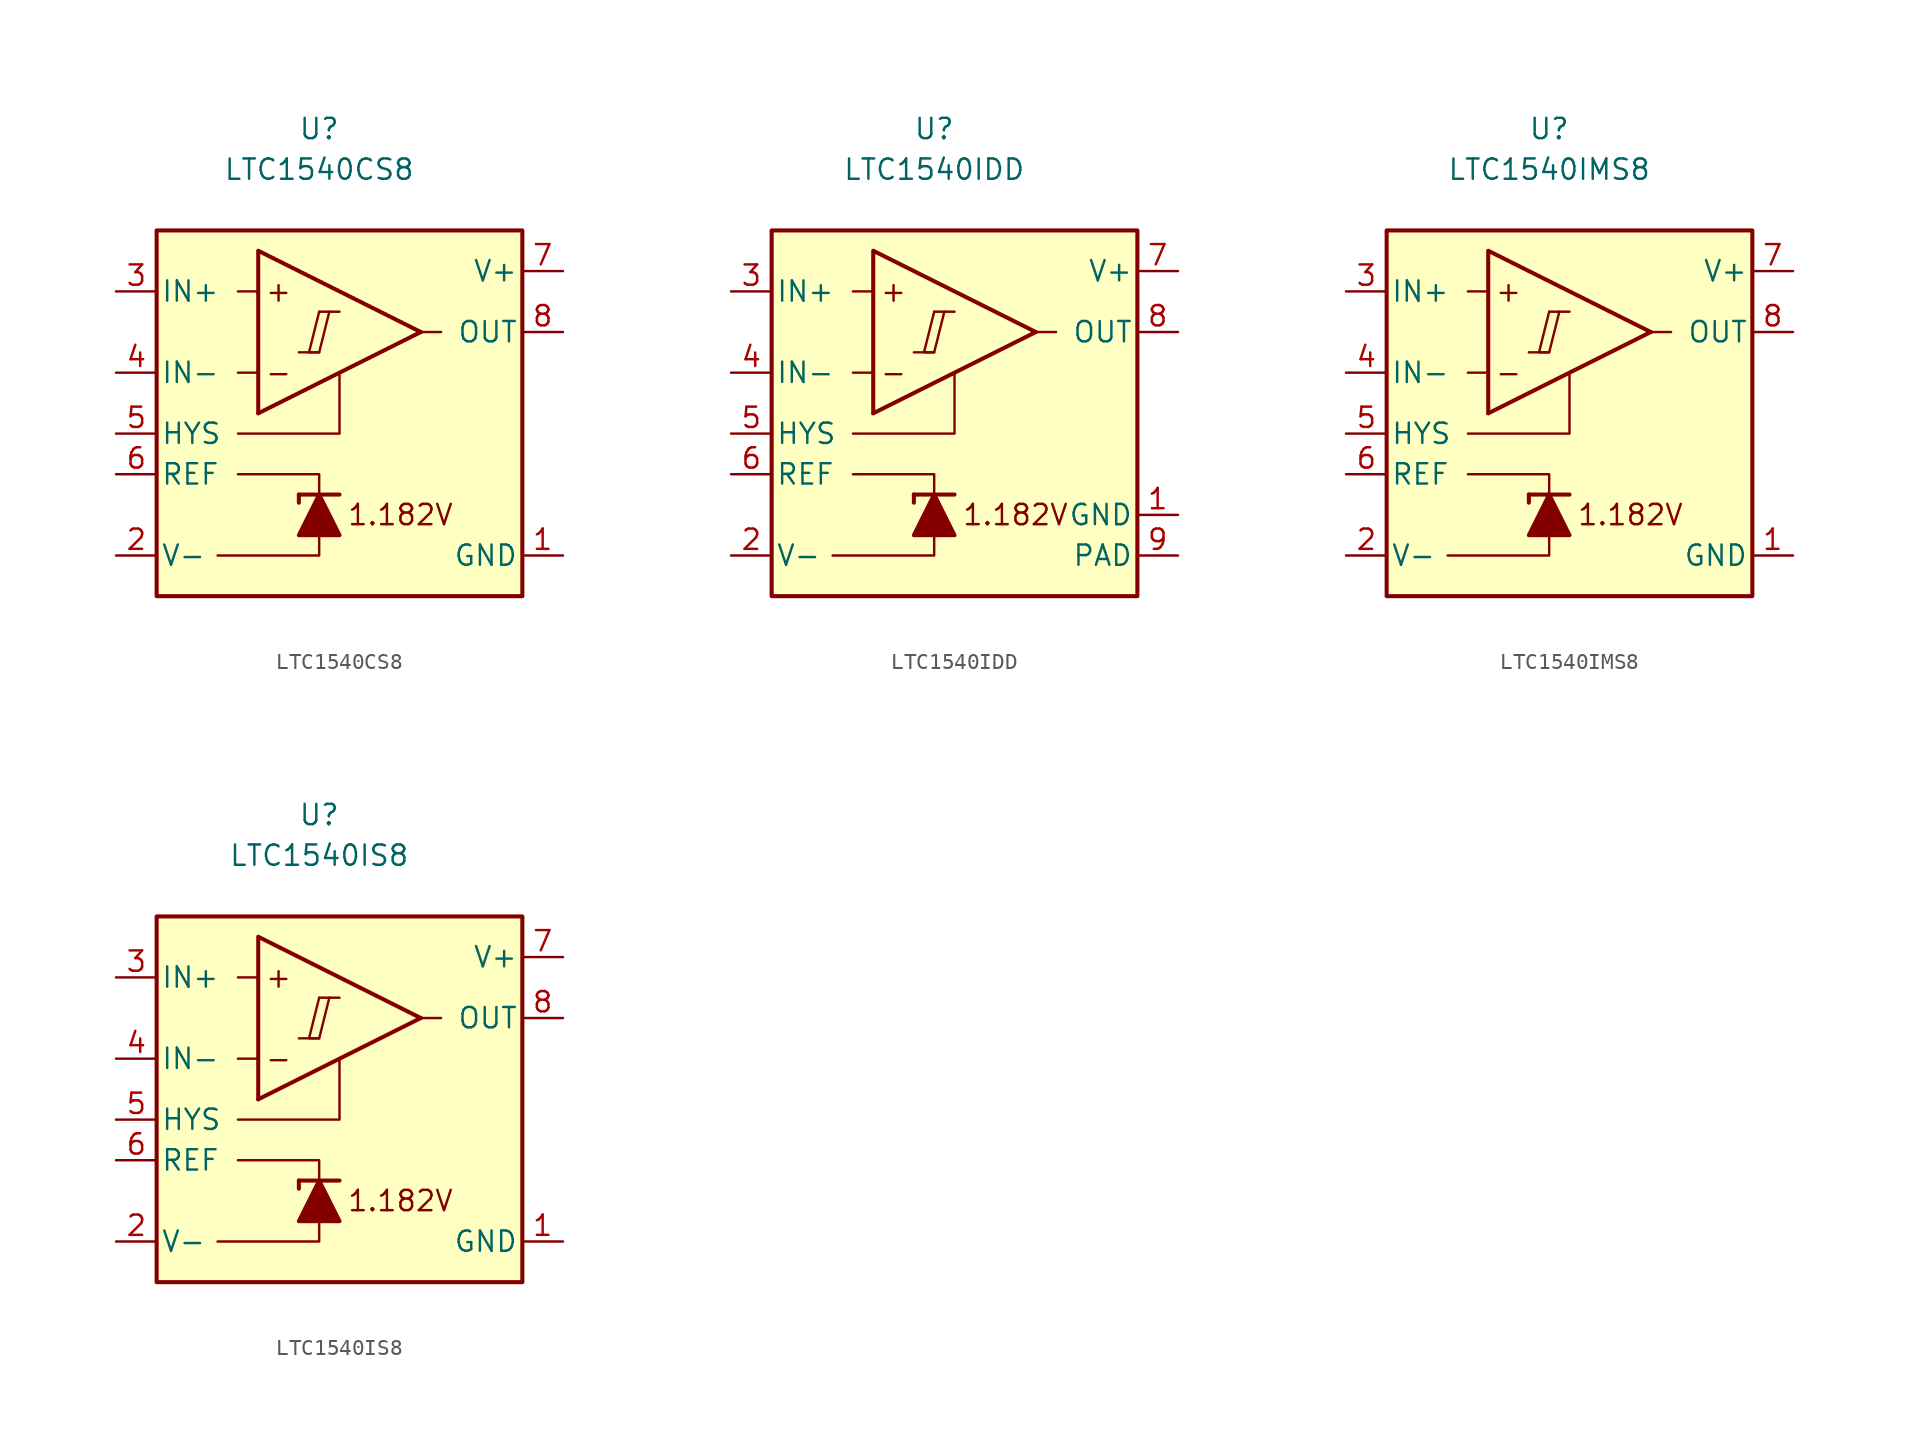
<source format=kicad_sym>
(kicad_symbol_lib
  (version 20231120)
  (generator "kicad_symbol_editor")
  (generator_version "8.0")
  (symbol "LTC1540CS8"
    (pin_names
      (offset 0.254))
    (property "Reference" "U"
      (at 0 16.51 0)
      (effects (font (size 1.27 1.27))))
    (property "Value" "LTC1540CS8"
      (at 0 13.97 0)
      (effects (font (size 1.27 1.27))))
    (symbol "LTC1540CS8_0_0"
      (polyline (pts (xy -1.27 2.54) (xy 0 2.54)) (stroke (width 0.152) (type default)) (fill (type none)))
      (polyline (pts (xy 0 5.08) (xy 1.27 5.08)) (stroke (width 0.152) (type default)) (fill (type none)))
      (polyline (pts (xy 6.35 3.81) (xy -3.81 -1.27)) (stroke (width 0.254) (type default)) (fill (type none)))
      (polyline (pts (xy 6.35 3.81) (xy -3.81 8.89) (xy -3.81 -1.27)) (stroke (width 0.254) (type default)) (fill (type background)))
      (polyline (pts (xy 0 5.08) (xy -0.635 2.54) (xy 0 2.54) (xy 0.635 5.08)) (stroke (width 0.152) (type default)) (fill (type none)))
      (text "+" (at -2.54 6.35 0) (effects (font (size 1.27 1.27))))
      (text "-" (at -2.54 1.27 0) (effects (font (size 1.27 1.27)))))
    (symbol "LTC1540CS8_0_1"
      (polyline (pts (xy -3.81 1.27) (xy -5.08 1.27)) (stroke (width 0) (type default)) (fill (type none)))
      (polyline (pts (xy -3.81 6.35) (xy -5.08 6.35)) (stroke (width 0) (type default)) (fill (type none)))
      (polyline (pts (xy -1.27 -6.35) (xy -1.27 -6.858)) (stroke (width 0.254) (type default)) (fill (type none)))
      (polyline (pts (xy -1.27 -6.35) (xy 1.27 -6.35)) (stroke (width 0.254) (type default)) (fill (type none)))
      (polyline (pts (xy 6.35 3.81) (xy 7.62 3.81)) (stroke (width 0) (type default)) (fill (type none)))
      (polyline (pts (xy 0 -8.89) (xy 0 -10.16) (xy -6.35 -10.16)) (stroke (width 0) (type default)) (fill (type none)))
      (polyline (pts (xy 0 -6.35) (xy 0 -5.08) (xy -5.08 -5.08)) (stroke (width 0) (type default)) (fill (type none)))
      (polyline (pts (xy 1.27 1.27) (xy 1.27 -2.54) (xy -5.08 -2.54)) (stroke (width 0) (type default)) (fill (type none)))
      (polyline (pts (xy 1.27 -8.89) (xy -1.27 -8.89) (xy 0 -6.35) (xy 1.27 -8.89)) (stroke (width 0.254) (type default)) (fill (type outline)))
      (rectangle (start 12.7 10.16) (end -10.16 -12.7) (stroke (width 0.254) (type default)) (fill (type background))))
    (symbol "LTC1540CS8_1_0"
      (text "1.182V" (at 5.08 -7.62 0) (effects (font (size 1.27 1.27)))))
    (symbol "LTC1540CS8_1_1"
      (pin power_in line (at 15.24 -10.16 180) (length 2.54) (name "GND" (effects (font (size 1.27 1.27)))) (number "1" (effects (font (size 1.27 1.27)))))
      (pin power_in line (at -12.7 -10.16 0) (length 2.54) (name "V-" (effects (font (size 1.27 1.27)))) (number "2" (effects (font (size 1.27 1.27)))))
      (pin input line (at -12.7 6.35 0) (length 2.54) (name "IN+" (effects (font (size 1.27 1.27)))) (number "3" (effects (font (size 1.27 1.27)))))
      (pin input line (at -12.7 1.27 0) (length 2.54) (name "IN-" (effects (font (size 1.27 1.27)))) (number "4" (effects (font (size 1.27 1.27)))))
      (pin input line (at -12.7 -2.54 0) (length 2.54) (name "HYS" (effects (font (size 1.27 1.27)))) (number "5" (effects (font (size 1.27 1.27)))))
      (pin output line (at -12.7 -5.08 0) (length 2.54) (name "REF" (effects (font (size 1.27 1.27)))) (number "6" (effects (font (size 1.27 1.27)))))
      (pin power_in line (at 15.24 7.62 180) (length 2.54) (name "V+" (effects (font (size 1.27 1.27)))) (number "7" (effects (font (size 1.27 1.27)))))
      (pin output line (at 15.24 3.81 180) (length 2.54) (name "OUT" (effects (font (size 1.27 1.27)))) (number "8" (effects (font (size 1.27 1.27)))))))
  (symbol "LTC1540IDD"
    (pin_names
      (offset 0.254))
    (property "Reference" "U"
      (at 0 16.51 0)
      (effects (font (size 1.27 1.27))))
    (property "Value" "LTC1540IDD"
      (at 0 13.97 0)
      (effects (font (size 1.27 1.27))))
    (symbol "LTC1540IDD_0_0"
      (polyline (pts (xy -1.27 2.54) (xy 0 2.54)) (stroke (width 0.152) (type default)) (fill (type none)))
      (polyline (pts (xy 0 5.08) (xy 1.27 5.08)) (stroke (width 0.152) (type default)) (fill (type none)))
      (polyline (pts (xy 6.35 3.81) (xy -3.81 -1.27)) (stroke (width 0.254) (type default)) (fill (type none)))
      (polyline (pts (xy 6.35 3.81) (xy -3.81 8.89) (xy -3.81 -1.27)) (stroke (width 0.254) (type default)) (fill (type background)))
      (polyline (pts (xy 0 5.08) (xy -0.635 2.54) (xy 0 2.54) (xy 0.635 5.08)) (stroke (width 0.152) (type default)) (fill (type none)))
      (text "+" (at -2.54 6.35 0) (effects (font (size 1.27 1.27))))
      (text "-" (at -2.54 1.27 0) (effects (font (size 1.27 1.27)))))
    (symbol "LTC1540IDD_0_1"
      (polyline (pts (xy -3.81 1.27) (xy -5.08 1.27)) (stroke (width 0) (type default)) (fill (type none)))
      (polyline (pts (xy -3.81 6.35) (xy -5.08 6.35)) (stroke (width 0) (type default)) (fill (type none)))
      (polyline (pts (xy -1.27 -6.35) (xy -1.27 -6.858)) (stroke (width 0.254) (type default)) (fill (type none)))
      (polyline (pts (xy -1.27 -6.35) (xy 1.27 -6.35)) (stroke (width 0.254) (type default)) (fill (type none)))
      (polyline (pts (xy 6.35 3.81) (xy 7.62 3.81)) (stroke (width 0) (type default)) (fill (type none)))
      (polyline (pts (xy 0 -8.89) (xy 0 -10.16) (xy -6.35 -10.16)) (stroke (width 0) (type default)) (fill (type none)))
      (polyline (pts (xy 0 -6.35) (xy 0 -5.08) (xy -5.08 -5.08)) (stroke (width 0) (type default)) (fill (type none)))
      (polyline (pts (xy 1.27 1.27) (xy 1.27 -2.54) (xy -5.08 -2.54)) (stroke (width 0) (type default)) (fill (type none)))
      (polyline (pts (xy 1.27 -8.89) (xy -1.27 -8.89) (xy 0 -6.35) (xy 1.27 -8.89)) (stroke (width 0.254) (type default)) (fill (type outline)))
      (rectangle (start 12.7 10.16) (end -10.16 -12.7) (stroke (width 0.254) (type default)) (fill (type background))))
    (symbol "LTC1540IDD_1_0"
      (text "1.182V" (at 5.08 -7.62 0) (effects (font (size 1.27 1.27)))))
    (symbol "LTC1540IDD_1_1"
      (pin power_in line (at 15.24 -7.62 180) (length 2.54) (name "GND" (effects (font (size 1.27 1.27)))) (number "1" (effects (font (size 1.27 1.27)))))
      (pin power_in line (at -12.7 -10.16 0) (length 2.54) (name "V-" (effects (font (size 1.27 1.27)))) (number "2" (effects (font (size 1.27 1.27)))))
      (pin input line (at -12.7 6.35 0) (length 2.54) (name "IN+" (effects (font (size 1.27 1.27)))) (number "3" (effects (font (size 1.27 1.27)))))
      (pin input line (at -12.7 1.27 0) (length 2.54) (name "IN-" (effects (font (size 1.27 1.27)))) (number "4" (effects (font (size 1.27 1.27)))))
      (pin input line (at -12.7 -2.54 0) (length 2.54) (name "HYS" (effects (font (size 1.27 1.27)))) (number "5" (effects (font (size 1.27 1.27)))))
      (pin output line (at -12.7 -5.08 0) (length 2.54) (name "REF" (effects (font (size 1.27 1.27)))) (number "6" (effects (font (size 1.27 1.27)))))
      (pin power_in line (at 15.24 7.62 180) (length 2.54) (name "V+" (effects (font (size 1.27 1.27)))) (number "7" (effects (font (size 1.27 1.27)))))
      (pin output line (at 15.24 3.81 180) (length 2.54) (name "OUT" (effects (font (size 1.27 1.27)))) (number "8" (effects (font (size 1.27 1.27)))))
      (pin power_in line (at 15.24 -10.16 180) (length 2.54) (name "PAD" (effects (font (size 1.27 1.27)))) (number "9" (effects (font (size 1.27 1.27)))))))
  (symbol "LTC1540IMS8"
    (pin_names
      (offset 0.254))
    (property "Reference" "U"
      (at 0 16.51 0)
      (effects (font (size 1.27 1.27))))
    (property "Value" "LTC1540IMS8"
      (at 0 13.97 0)
      (effects (font (size 1.27 1.27))))
    (symbol "LTC1540IMS8_0_0"
      (polyline (pts (xy -1.27 2.54) (xy 0 2.54)) (stroke (width 0.152) (type default)) (fill (type none)))
      (polyline (pts (xy 0 5.08) (xy 1.27 5.08)) (stroke (width 0.152) (type default)) (fill (type none)))
      (polyline (pts (xy 6.35 3.81) (xy -3.81 -1.27)) (stroke (width 0.254) (type default)) (fill (type none)))
      (polyline (pts (xy 6.35 3.81) (xy -3.81 8.89) (xy -3.81 -1.27)) (stroke (width 0.254) (type default)) (fill (type background)))
      (polyline (pts (xy 0 5.08) (xy -0.635 2.54) (xy 0 2.54) (xy 0.635 5.08)) (stroke (width 0.152) (type default)) (fill (type none)))
      (text "+" (at -2.54 6.35 0) (effects (font (size 1.27 1.27))))
      (text "-" (at -2.54 1.27 0) (effects (font (size 1.27 1.27)))))
    (symbol "LTC1540IMS8_0_1"
      (polyline (pts (xy -3.81 1.27) (xy -5.08 1.27)) (stroke (width 0) (type default)) (fill (type none)))
      (polyline (pts (xy -3.81 6.35) (xy -5.08 6.35)) (stroke (width 0) (type default)) (fill (type none)))
      (polyline (pts (xy -1.27 -6.35) (xy -1.27 -6.858)) (stroke (width 0.254) (type default)) (fill (type none)))
      (polyline (pts (xy -1.27 -6.35) (xy 1.27 -6.35)) (stroke (width 0.254) (type default)) (fill (type none)))
      (polyline (pts (xy 6.35 3.81) (xy 7.62 3.81)) (stroke (width 0) (type default)) (fill (type none)))
      (polyline (pts (xy 0 -8.89) (xy 0 -10.16) (xy -6.35 -10.16)) (stroke (width 0) (type default)) (fill (type none)))
      (polyline (pts (xy 0 -6.35) (xy 0 -5.08) (xy -5.08 -5.08)) (stroke (width 0) (type default)) (fill (type none)))
      (polyline (pts (xy 1.27 1.27) (xy 1.27 -2.54) (xy -5.08 -2.54)) (stroke (width 0) (type default)) (fill (type none)))
      (polyline (pts (xy 1.27 -8.89) (xy -1.27 -8.89) (xy 0 -6.35) (xy 1.27 -8.89)) (stroke (width 0.254) (type default)) (fill (type outline)))
      (rectangle (start 12.7 10.16) (end -10.16 -12.7) (stroke (width 0.254) (type default)) (fill (type background))))
    (symbol "LTC1540IMS8_1_0"
      (text "1.182V" (at 5.08 -7.62 0) (effects (font (size 1.27 1.27)))))
    (symbol "LTC1540IMS8_1_1"
      (pin power_in line (at 15.24 -10.16 180) (length 2.54) (name "GND" (effects (font (size 1.27 1.27)))) (number "1" (effects (font (size 1.27 1.27)))))
      (pin power_in line (at -12.7 -10.16 0) (length 2.54) (name "V-" (effects (font (size 1.27 1.27)))) (number "2" (effects (font (size 1.27 1.27)))))
      (pin input line (at -12.7 6.35 0) (length 2.54) (name "IN+" (effects (font (size 1.27 1.27)))) (number "3" (effects (font (size 1.27 1.27)))))
      (pin input line (at -12.7 1.27 0) (length 2.54) (name "IN-" (effects (font (size 1.27 1.27)))) (number "4" (effects (font (size 1.27 1.27)))))
      (pin input line (at -12.7 -2.54 0) (length 2.54) (name "HYS" (effects (font (size 1.27 1.27)))) (number "5" (effects (font (size 1.27 1.27)))))
      (pin output line (at -12.7 -5.08 0) (length 2.54) (name "REF" (effects (font (size 1.27 1.27)))) (number "6" (effects (font (size 1.27 1.27)))))
      (pin power_in line (at 15.24 7.62 180) (length 2.54) (name "V+" (effects (font (size 1.27 1.27)))) (number "7" (effects (font (size 1.27 1.27)))))
      (pin output line (at 15.24 3.81 180) (length 2.54) (name "OUT" (effects (font (size 1.27 1.27)))) (number "8" (effects (font (size 1.27 1.27)))))))
  (symbol "LTC1540IS8"
    (pin_names
      (offset 0.254))
    (property "Reference" "U"
      (at 0 16.51 0)
      (effects (font (size 1.27 1.27))))
    (property "Value" "LTC1540IS8"
      (at 0 13.97 0)
      (effects (font (size 1.27 1.27))))
    (symbol "LTC1540IS8_0_0"
      (polyline (pts (xy -1.27 2.54) (xy 0 2.54)) (stroke (width 0.152) (type default)) (fill (type none)))
      (polyline (pts (xy 0 5.08) (xy 1.27 5.08)) (stroke (width 0.152) (type default)) (fill (type none)))
      (polyline (pts (xy 6.35 3.81) (xy -3.81 -1.27)) (stroke (width 0.254) (type default)) (fill (type none)))
      (polyline (pts (xy 6.35 3.81) (xy -3.81 8.89) (xy -3.81 -1.27)) (stroke (width 0.254) (type default)) (fill (type background)))
      (polyline (pts (xy 0 5.08) (xy -0.635 2.54) (xy 0 2.54) (xy 0.635 5.08)) (stroke (width 0.152) (type default)) (fill (type none)))
      (text "+" (at -2.54 6.35 0) (effects (font (size 1.27 1.27))))
      (text "-" (at -2.54 1.27 0) (effects (font (size 1.27 1.27)))))
    (symbol "LTC1540IS8_0_1"
      (polyline (pts (xy -3.81 1.27) (xy -5.08 1.27)) (stroke (width 0) (type default)) (fill (type none)))
      (polyline (pts (xy -3.81 6.35) (xy -5.08 6.35)) (stroke (width 0) (type default)) (fill (type none)))
      (polyline (pts (xy -1.27 -6.35) (xy -1.27 -6.858)) (stroke (width 0.254) (type default)) (fill (type none)))
      (polyline (pts (xy -1.27 -6.35) (xy 1.27 -6.35)) (stroke (width 0.254) (type default)) (fill (type none)))
      (polyline (pts (xy 6.35 3.81) (xy 7.62 3.81)) (stroke (width 0) (type default)) (fill (type none)))
      (polyline (pts (xy 0 -8.89) (xy 0 -10.16) (xy -6.35 -10.16)) (stroke (width 0) (type default)) (fill (type none)))
      (polyline (pts (xy 0 -6.35) (xy 0 -5.08) (xy -5.08 -5.08)) (stroke (width 0) (type default)) (fill (type none)))
      (polyline (pts (xy 1.27 1.27) (xy 1.27 -2.54) (xy -5.08 -2.54)) (stroke (width 0) (type default)) (fill (type none)))
      (polyline (pts (xy 1.27 -8.89) (xy -1.27 -8.89) (xy 0 -6.35) (xy 1.27 -8.89)) (stroke (width 0.254) (type default)) (fill (type outline)))
      (rectangle (start 12.7 10.16) (end -10.16 -12.7) (stroke (width 0.254) (type default)) (fill (type background))))
    (symbol "LTC1540IS8_1_0"
      (text "1.182V" (at 5.08 -7.62 0) (effects (font (size 1.27 1.27)))))
    (symbol "LTC1540IS8_1_1"
      (pin power_in line (at 15.24 -10.16 180) (length 2.54) (name "GND" (effects (font (size 1.27 1.27)))) (number "1" (effects (font (size 1.27 1.27)))))
      (pin power_in line (at -12.7 -10.16 0) (length 2.54) (name "V-" (effects (font (size 1.27 1.27)))) (number "2" (effects (font (size 1.27 1.27)))))
      (pin input line (at -12.7 6.35 0) (length 2.54) (name "IN+" (effects (font (size 1.27 1.27)))) (number "3" (effects (font (size 1.27 1.27)))))
      (pin input line (at -12.7 1.27 0) (length 2.54) (name "IN-" (effects (font (size 1.27 1.27)))) (number "4" (effects (font (size 1.27 1.27)))))
      (pin input line (at -12.7 -2.54 0) (length 2.54) (name "HYS" (effects (font (size 1.27 1.27)))) (number "5" (effects (font (size 1.27 1.27)))))
      (pin output line (at -12.7 -5.08 0) (length 2.54) (name "REF" (effects (font (size 1.27 1.27)))) (number "6" (effects (font (size 1.27 1.27)))))
      (pin power_in line (at 15.24 7.62 180) (length 2.54) (name "V+" (effects (font (size 1.27 1.27)))) (number "7" (effects (font (size 1.27 1.27)))))
      (pin output line (at 15.24 3.81 180) (length 2.54) (name "OUT" (effects (font (size 1.27 1.27)))) (number "8" (effects (font (size 1.27 1.27))))))))
</source>
